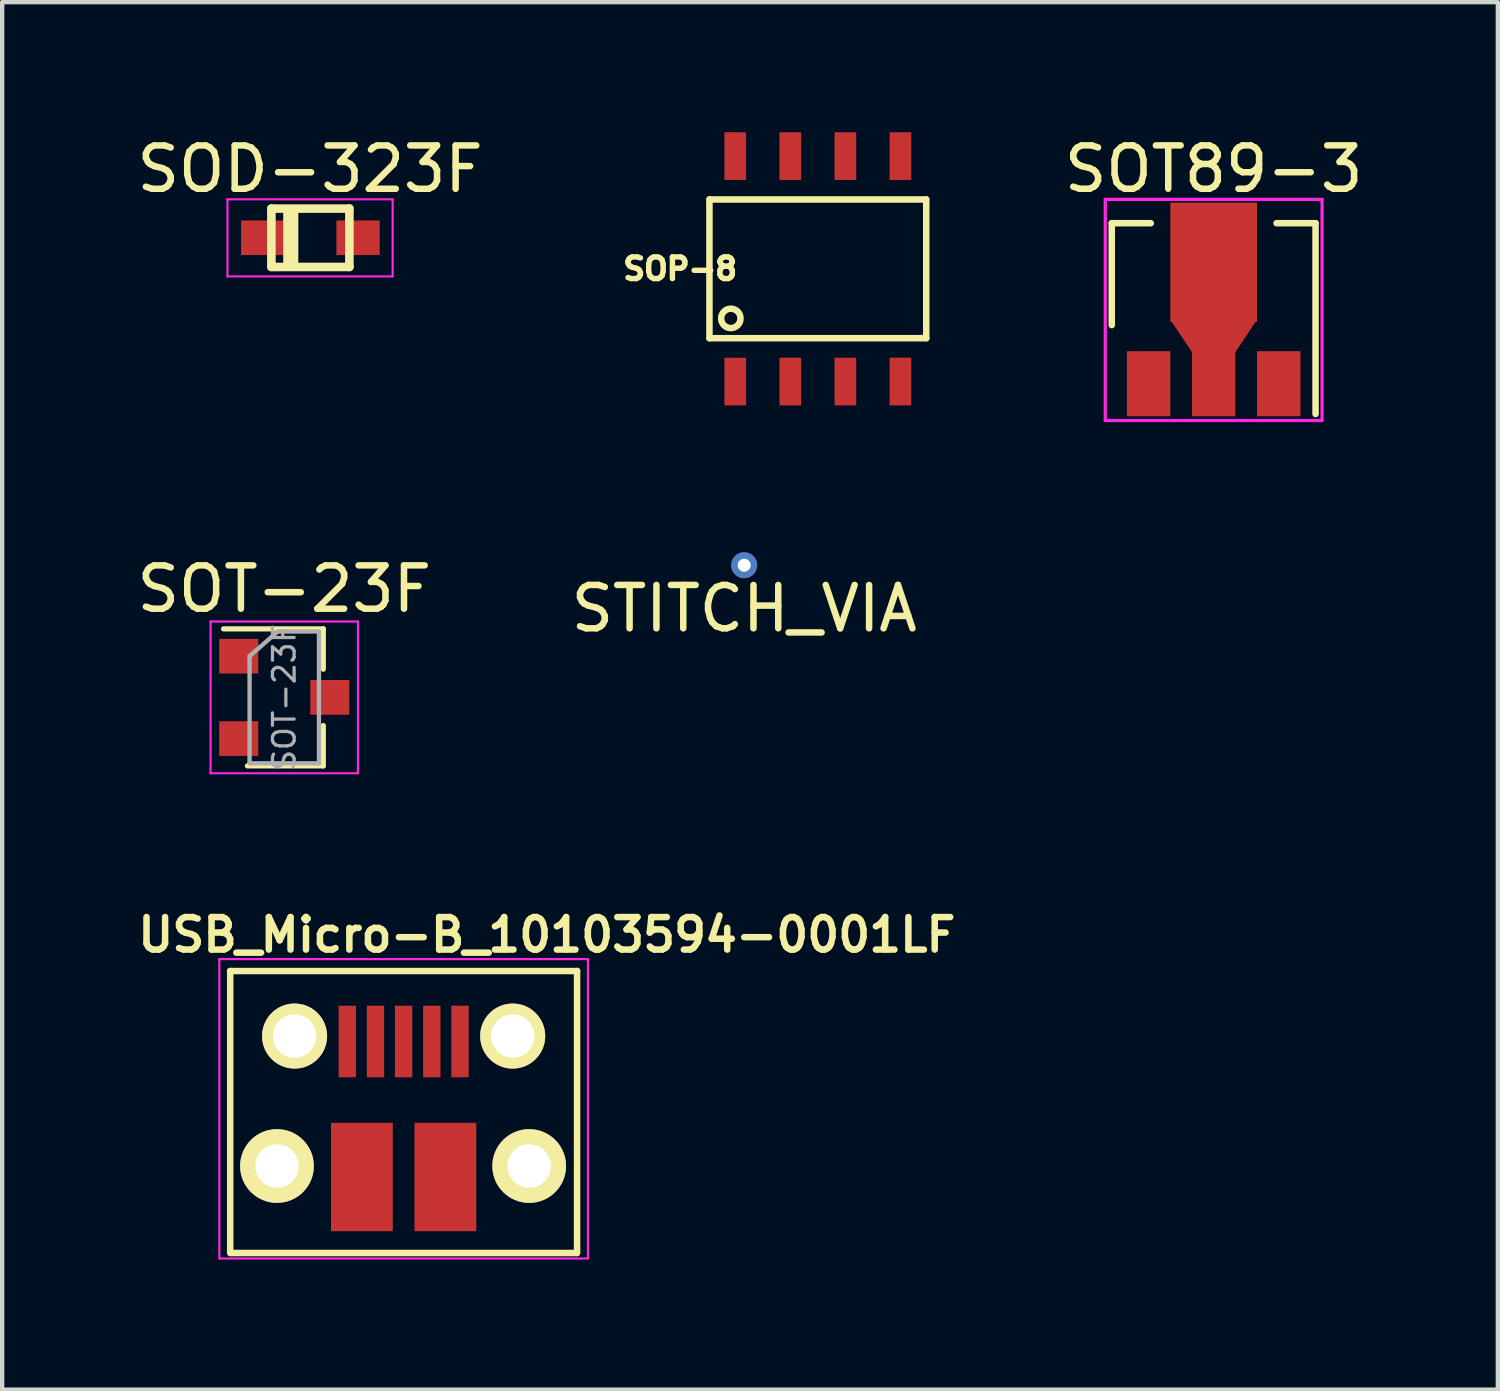
<source format=kicad_pcb>
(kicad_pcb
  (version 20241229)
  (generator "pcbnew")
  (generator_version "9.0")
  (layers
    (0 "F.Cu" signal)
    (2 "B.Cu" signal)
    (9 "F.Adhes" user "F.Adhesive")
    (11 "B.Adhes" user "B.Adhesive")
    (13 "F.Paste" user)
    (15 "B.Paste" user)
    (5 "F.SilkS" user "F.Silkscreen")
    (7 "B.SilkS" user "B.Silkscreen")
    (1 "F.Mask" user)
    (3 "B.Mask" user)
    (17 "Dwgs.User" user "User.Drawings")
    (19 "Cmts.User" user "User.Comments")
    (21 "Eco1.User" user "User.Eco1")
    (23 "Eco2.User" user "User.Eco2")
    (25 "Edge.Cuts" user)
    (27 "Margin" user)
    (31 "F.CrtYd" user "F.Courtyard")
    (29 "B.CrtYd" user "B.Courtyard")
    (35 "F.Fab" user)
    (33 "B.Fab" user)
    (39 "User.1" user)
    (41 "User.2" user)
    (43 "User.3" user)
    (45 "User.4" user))
  (footprint "SOT89-3"
    (layer "F.Cu")
    (at 24.941 3.948)
    (property "Reference" "SOT89-3" (at 0 -3.1 0) (layer "F.SilkS") (effects (font (size 1 1) (thickness 0.15))))
    (attr smd)
    (fp_line (start -2.35 -1.85) (end -2.35 0.5) (stroke (width 0.15) (type solid)) (layer "F.SilkS"))
    (fp_line (start -2.35 -1.85) (end -1.45 -1.85) (stroke (width 0.15) (type solid)) (layer "F.SilkS"))
    (fp_line (start 1.45 -1.85) (end 2.35 -1.85) (stroke (width 0.15) (type solid)) (layer "F.SilkS"))
    (fp_line (start 2.35 -1.85) (end 2.35 2.55) (stroke (width 0.15) (type solid)) (layer "F.SilkS"))
    (fp_line (start -2.5 -2.4) (end -2.5 2.7) (stroke (width 0.075) (type solid)) (layer "F.CrtYd"))
    (fp_line (start -2.5 -2.4) (end 2.5 -2.4) (stroke (width 0.075) (type solid)) (layer "F.CrtYd"))
    (fp_line (start -2.5 2.7) (end 2.5 2.7) (stroke (width 0.075) (type solid)) (layer "F.CrtYd"))
    (fp_line (start 2.5 -2.4) (end 2.5 2.7) (stroke (width 0.075) (type solid)) (layer "F.CrtYd"))
    (pad "1" smd rect (at 1.501 1.852) (size 1.001 1.501) (layers "F.Cu" "F.Mask" "F.Paste"))
    (pad "2" smd rect (at 0 -0.95) (size 1.999 2.75) (layers "F.Cu" "F.Mask" "F.Paste"))
    (pad "2" smd trapezoid (at 0 0.749 180) (size 1.501 0.749) (rect_delta 0 0.5) (layers "F.Cu" "F.Mask" "F.Paste"))
    (pad "2" smd rect (at 0 1.852) (size 1.001 1.501) (layers "F.Cu" "F.Mask" "F.Paste"))
    (pad "3" smd rect (at -1.501 1.852) (size 1.001 1.501) (layers "F.Cu" "F.Mask" "F.Paste")))
  (footprint "STITCH_VIA"
    (layer "F.Cu")
    (at 14.113 9.986)
    (property "Reference" "STITCH_VIA" (at 0 1 0) (layer "F.SilkS") (effects (font (size 1 1) (thickness 0.15))))
    (attr through_hole)
    (pad "1" thru_hole circle (at 0 0) (size 0.6 0.6) (drill 0.3) (layers "*.Cu")))
  (footprint "USB_Micro-B_10103594-0001LF"
    (layer "F.Cu")
    (at 6.259 22.47)
    (property "Reference" "USB_Micro-B_10103594-0001LF" (at 3.302 -3.959 0) (layer "F.SilkS") (effects (font (size 0.75 0.75) (thickness 0.15))))
    (attr smd)
    (fp_line (start -4 -3.125) (end 4 -3.125) (stroke (width 0.15) (type solid)) (layer "F.SilkS"))
    (fp_line (start -4 3.378) (end -4 -3.125) (stroke (width 0.15) (type solid)) (layer "F.SilkS"))
    (fp_line (start 3.988 3.378) (end -3.988 3.378) (stroke (width 0.15) (type solid)) (layer "F.SilkS"))
    (fp_line (start 4 -3.125) (end 4 3.378) (stroke (width 0.15) (type solid)) (layer "F.SilkS"))
    (fp_line (start -4.25 -3.4) (end 4.25 -3.4) (stroke (width 0.05) (type solid)) (layer "F.CrtYd"))
    (fp_line (start -4.25 3.505) (end -4.25 -3.4) (stroke (width 0.05) (type solid)) (layer "F.CrtYd"))
    (fp_line (start 4.242 3.505) (end -4.242 3.505) (stroke (width 0.05) (type solid)) (layer "F.CrtYd"))
    (fp_line (start 4.25 -3.4) (end 4.25 3.505) (stroke (width 0.05) (type solid)) (layer "F.CrtYd"))
    (pad "1" smd rect (at -1.3 -1.5 90) (size 1.65 0.4) (layers "F.Cu" "F.Mask" "F.Paste"))
    (pad "2" smd rect (at -0.65 -1.5 90) (size 1.65 0.4) (layers "F.Cu" "F.Mask" "F.Paste"))
    (pad "3" smd rect (at -0.001 -1.5 90) (size 1.65 0.4) (layers "F.Cu" "F.Mask" "F.Paste"))
    (pad "4" smd rect (at 0.65 -1.5 90) (size 1.65 0.4) (layers "F.Cu" "F.Mask" "F.Paste"))
    (pad "5" smd rect (at 1.3 -1.5 90) (size 1.65 0.4) (layers "F.Cu" "F.Mask" "F.Paste"))
    (pad "6" thru_hole circle (at -2.921 1.372 90) (size 1.7 1.7) (drill 1) (layers "*.Cu" "*.Mask" "F.SilkS"))
    (pad "6" thru_hole circle (at -2.515 -1.625 90) (size 1.5 1.5) (drill 1) (layers "*.Cu" "*.Mask" "F.SilkS"))
    (pad "6" smd rect (at -0.963 1.625 90) (size 2.5 1.425) (layers "F.Cu" "F.Mask" "F.Paste"))
    (pad "6" smd rect (at 0.963 1.625 90) (size 2.5 1.425) (layers "F.Cu" "F.Mask" "F.Paste"))
    (pad "6" thru_hole circle (at 2.515 -1.625 90) (size 1.5 1.5) (drill 1) (layers "*.Cu" "*.Mask" "F.SilkS"))
    (pad "6" thru_hole circle (at 2.896 1.372 90) (size 1.7 1.7) (drill 1) (layers "*.Cu" "*.Mask" "F.SilkS")))
  (footprint "SOP-8"
    (layer "F.Cu")
    (at 15.812 3.15)
    (property "Reference" "SOP-8" (at -3.175 0 0) (layer "F.SilkS") (effects (font (size 0.5 0.5) (thickness 0.125))))
    (attr through_hole)
    (fp_line (start -2.5 -1.6) (end -2.5 1.6) (stroke (width 0.15) (type solid)) (layer "F.SilkS"))
    (fp_line (start -2.5 -1.6) (end 2.5 -1.6) (stroke (width 0.15) (type solid)) (layer "F.SilkS"))
    (fp_line (start -2.5 1.6) (end 2.5 1.6) (stroke (width 0.15) (type solid)) (layer "F.SilkS"))
    (fp_line (start 2.5 -1.6) (end 2.5 1.6) (stroke (width 0.15) (type solid)) (layer "F.SilkS"))
    (fp_circle (center -2.007 1.143) (end -1.907 0.943) (stroke (width 0.15) (type solid)) (fill no) (layer "F.SilkS"))
    (pad "1" smd rect (at -1.905 2.6) (size 0.5 1.1) (layers "F.Cu" "F.Mask" "F.Paste"))
    (pad "2" smd rect (at -0.635 2.6) (size 0.5 1.1) (layers "F.Cu" "F.Mask" "F.Paste"))
    (pad "3" smd rect (at 0.635 2.6) (size 0.5 1.1) (layers "F.Cu" "F.Mask" "F.Paste"))
    (pad "4" smd rect (at 1.905 2.6) (size 0.5 1.1) (layers "F.Cu" "F.Mask" "F.Paste"))
    (pad "5" smd rect (at 1.905 -2.6) (size 0.5 1.1) (layers "F.Cu" "F.Mask" "F.Paste"))
    (pad "6" smd rect (at 0.635 -2.6) (size 0.5 1.1) (layers "F.Cu" "F.Mask" "F.Paste"))
    (pad "7" smd rect (at -0.635 -2.6) (size 0.5 1.1) (layers "F.Cu" "F.Mask" "F.Paste"))
    (pad "8" smd rect (at -1.905 -2.6) (size 0.5 1.1) (layers "F.Cu" "F.Mask" "F.Paste")))
  (footprint "SOT-23F"
    (layer "F.Cu")
    (at 3.506 13.034)
    (property "Reference" "SOT-23F" (at 0 -2.5 0) (layer "F.SilkS") (effects (font (size 1 1) (thickness 0.15))))
    (attr smd)
    (fp_line (start 0.9 -1.58) (end -1.4 -1.58) (stroke (width 0.12) (type solid)) (layer "F.SilkS"))
    (fp_line (start 0.9 -1.58) (end 0.9 -0.65) (stroke (width 0.12) (type solid)) (layer "F.SilkS"))
    (fp_line (start 0.9 1.58) (end -0.85 1.58) (stroke (width 0.12) (type solid)) (layer "F.SilkS"))
    (fp_line (start 0.9 1.58) (end 0.9 0.65) (stroke (width 0.12) (type solid)) (layer "F.SilkS"))
    (fp_line (start -1.7 -1.75) (end 1.7 -1.75) (stroke (width 0.05) (type solid)) (layer "F.CrtYd"))
    (fp_line (start -1.7 1.75) (end -1.7 -1.75) (stroke (width 0.05) (type solid)) (layer "F.CrtYd"))
    (fp_line (start 1.7 -1.75) (end 1.7 1.75) (stroke (width 0.05) (type solid)) (layer "F.CrtYd"))
    (fp_line (start 1.7 1.75) (end -1.7 1.75) (stroke (width 0.05) (type solid)) (layer "F.CrtYd"))
    (fp_line (start -0.8 -0.95) (end -0.8 1.5) (stroke (width 0.1) (type solid)) (layer "F.Fab"))
    (fp_line (start -0.8 -0.95) (end -0.15 -1.52) (stroke (width 0.1) (type solid)) (layer "F.Fab"))
    (fp_line (start -0.8 1.52) (end 0.8 1.52) (stroke (width 0.1) (type solid)) (layer "F.Fab"))
    (fp_line (start -0.15 -1.52) (end 0.8 -1.52) (stroke (width 0.1) (type solid)) (layer "F.Fab"))
    (fp_line (start 0.8 -1.52) (end 0.8 1.52) (stroke (width 0.1) (type solid)) (layer "F.Fab"))
    (fp_text user "${REFERENCE}" (at 0 0 90) (layer "F.Fab") (effects (font (size 0.5 0.5) (thickness 0.075))))
    (pad "1" smd rect (at -1.05 -0.95) (size 0.9 0.8) (layers "F.Cu" "F.Mask" "F.Paste"))
    (pad "2" smd rect (at -1.05 0.95) (size 0.9 0.8) (layers "F.Cu" "F.Mask" "F.Paste"))
    (pad "3" smd rect (at 1.05 0) (size 0.9 0.8) (layers "F.Cu" "F.Mask" "F.Paste")))
  (footprint "SOD-323F"
    (layer "F.Cu")
    (at 4.101 2.436)
    (property "Reference" "SOD-323F" (at 0 -1.587 0) (layer "F.SilkS") (effects (font (size 1 1) (thickness 0.15))))
    (attr smd)
    (fp_line (start -0.892 -0.675) (end 0.907 -0.675) (stroke (width 0.198) (type solid)) (layer "F.SilkS"))
    (fp_line (start -0.892 0.671) (end -0.892 -0.675) (stroke (width 0.198) (type solid)) (layer "F.SilkS"))
    (fp_line (start -0.445 0.572) (end -0.445 -0.572) (stroke (width 0.348) (type solid)) (layer "F.SilkS"))
    (fp_line (start 0.907 -0.675) (end 0.907 0.671) (stroke (width 0.198) (type solid)) (layer "F.SilkS"))
    (fp_line (start 0.907 0.671) (end -0.892 0.671) (stroke (width 0.198) (type solid)) (layer "F.SilkS"))
    (fp_line (start -1.905 -0.889) (end -1.905 0.889) (stroke (width 0.05) (type solid)) (layer "F.CrtYd"))
    (fp_line (start 1.905 -0.889) (end -1.905 -0.889) (stroke (width 0.05) (type solid)) (layer "F.CrtYd"))
    (fp_line (start 1.905 -0.889) (end 1.905 0.889) (stroke (width 0.05) (type solid)) (layer "F.CrtYd"))
    (fp_line (start 1.905 0.889) (end -1.905 0.889) (stroke (width 0.05) (type solid)) (layer "F.CrtYd"))
    (pad "1" smd rect (at -1.092 -0.002 180) (size 0.998 0.798) (layers "F.Cu" "F.Mask"))
    (pad "2" smd rect (at 1.107 -0.002 180) (size 0.998 0.798) (layers "F.Cu" "F.Mask")))
  (gr_rect
    (start -3 -3)
    (end 31.495 29)
    (stroke (width 0.1) (type default))
    (fill no)
    (layer "Edge.Cuts")))
</source>
